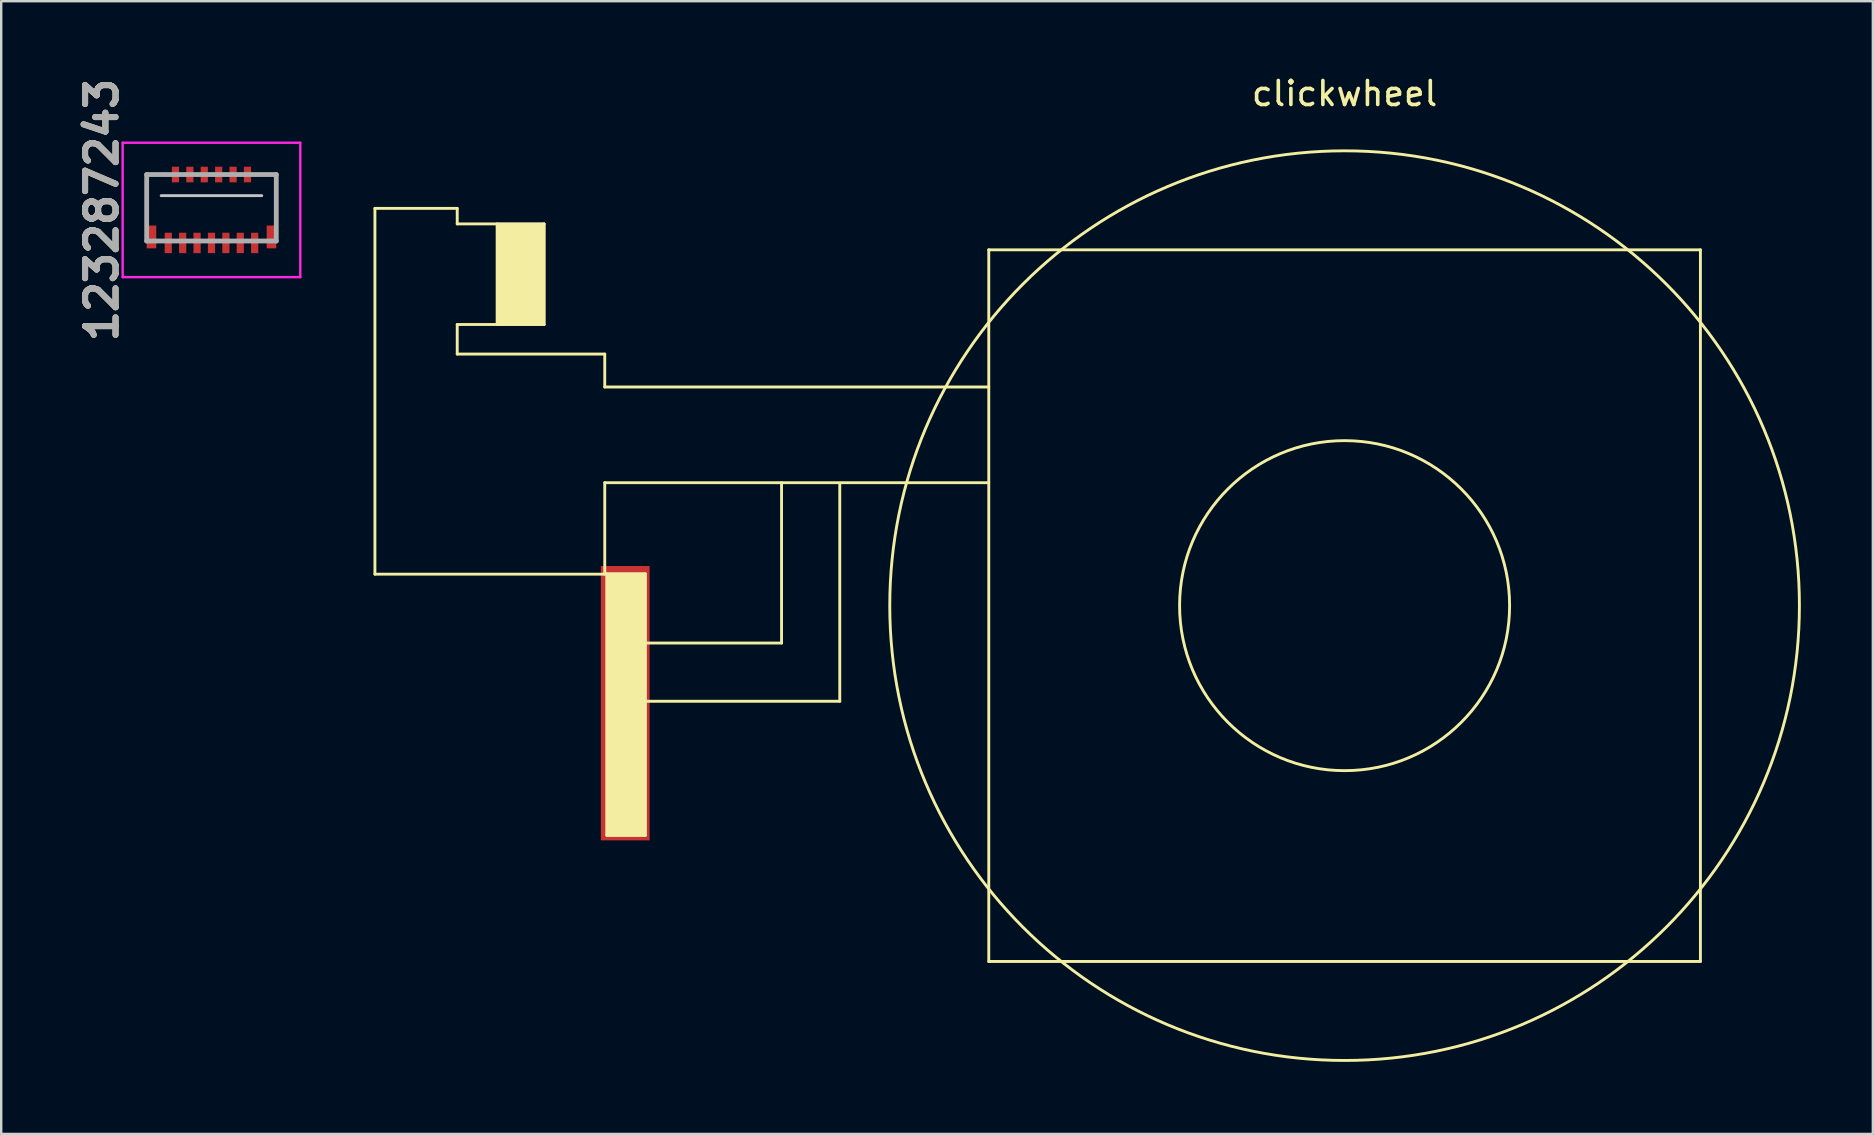
<source format=kicad_pcb>
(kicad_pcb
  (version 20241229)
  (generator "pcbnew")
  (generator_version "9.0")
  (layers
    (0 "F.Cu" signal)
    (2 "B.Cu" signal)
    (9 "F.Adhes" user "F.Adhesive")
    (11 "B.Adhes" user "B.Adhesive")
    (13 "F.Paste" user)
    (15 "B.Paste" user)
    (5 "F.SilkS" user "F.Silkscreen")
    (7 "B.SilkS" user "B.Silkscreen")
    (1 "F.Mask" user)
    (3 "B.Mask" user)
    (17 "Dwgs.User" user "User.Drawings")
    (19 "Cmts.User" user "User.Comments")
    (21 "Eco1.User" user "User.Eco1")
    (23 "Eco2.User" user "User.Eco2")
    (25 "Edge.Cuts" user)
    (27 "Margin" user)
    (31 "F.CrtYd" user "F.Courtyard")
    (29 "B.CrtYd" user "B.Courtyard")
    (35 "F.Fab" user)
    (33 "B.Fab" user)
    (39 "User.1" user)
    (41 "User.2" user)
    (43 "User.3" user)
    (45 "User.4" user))
  (footprint "123287243"
    (layer "F.Cu")
    (at 5.761 5.647)
    (property "Reference" "123287243" (at -4.572 0.05 90) (layer "F.SilkS") (effects (font (size 1.27 1.27) (thickness 0.254))))
    (attr smd)
    (fp_line (start -2.7 -1.425) (end -2.1 -1.425) (stroke (width 0.1) (type solid)) (layer "F.SilkS"))
    (fp_line (start -2.7 0.375) (end -2.7 -1.425) (stroke (width 0.1) (type solid)) (layer "F.SilkS"))
    (fp_line (start 2.1 -1.425) (end 2.7 -1.425) (stroke (width 0.1) (type solid)) (layer "F.SilkS"))
    (fp_line (start 2.7 -1.425) (end 2.7 0.375) (stroke (width 0.1) (type solid)) (layer "F.SilkS"))
    (fp_line (start -2.095 -0.545) (end 2.095 -0.545) (stroke (width 0.12) (type solid)) (layer "Dwgs.User"))
    (fp_line (start -3.7 -2.75) (end 3.7 -2.75) (stroke (width 0.1) (type solid)) (layer "F.CrtYd"))
    (fp_line (start -3.7 2.85) (end -3.7 -2.75) (stroke (width 0.1) (type solid)) (layer "F.CrtYd"))
    (fp_line (start 3.7 -2.75) (end 3.7 2.85) (stroke (width 0.1) (type solid)) (layer "F.CrtYd"))
    (fp_line (start 3.7 2.85) (end -3.7 2.85) (stroke (width 0.1) (type solid)) (layer "F.CrtYd"))
    (fp_line (start -2.7 -1.425) (end 2.7 -1.425) (stroke (width 0.2) (type solid)) (layer "F.Fab"))
    (fp_line (start -2.7 1.345) (end -2.7 -1.425) (stroke (width 0.2) (type solid)) (layer "F.Fab"))
    (fp_line (start 2.7 -1.425) (end 2.7 1.345) (stroke (width 0.2) (type solid)) (layer "F.Fab"))
    (fp_line (start 2.7 1.345) (end -2.7 1.345) (stroke (width 0.2) (type solid)) (layer "F.Fab"))
    (fp_text user "${REFERENCE}" (at -4.572 0.05 90) (layer "F.Fab") (effects (font (size 1.27 1.27) (thickness 0.254))))
    (pad "1" smd rect (at -1.8 1.425) (size 0.3 0.85) (layers "F.Cu" "F.Mask" "F.Paste"))
    (pad "2" smd rect (at -1.5 -1.425) (size 0.3 0.65) (layers "F.Cu" "F.Mask" "F.Paste"))
    (pad "3" smd rect (at -1.2 1.425) (size 0.3 0.85) (layers "F.Cu" "F.Mask" "F.Paste"))
    (pad "4" smd rect (at -0.9 -1.425) (size 0.3 0.65) (layers "F.Cu" "F.Mask" "F.Paste"))
    (pad "5" smd rect (at -0.6 1.425) (size 0.3 0.85) (layers "F.Cu" "F.Mask" "F.Paste"))
    (pad "6" smd rect (at -0.3 -1.425) (size 0.3 0.65) (layers "F.Cu" "F.Mask" "F.Paste"))
    (pad "7" smd rect (at 0 1.425) (size 0.3 0.85) (layers "F.Cu" "F.Mask" "F.Paste"))
    (pad "8" smd rect (at 0.3 -1.425) (size 0.3 0.65) (layers "F.Cu" "F.Mask" "F.Paste"))
    (pad "9" smd rect (at 0.6 1.425) (size 0.3 0.85) (layers "F.Cu" "F.Mask" "F.Paste"))
    (pad "10" smd rect (at 0.9 -1.425) (size 0.3 0.65) (layers "F.Cu" "F.Mask" "F.Paste"))
    (pad "11" smd rect (at 1.2 1.425) (size 0.3 0.85) (layers "F.Cu" "F.Mask" "F.Paste"))
    (pad "12" smd rect (at 1.5 -1.425) (size 0.3 0.65) (layers "F.Cu" "F.Mask" "F.Paste"))
    (pad "13" smd rect (at 1.8 1.425) (size 0.3 0.85) (layers "F.Cu" "F.Mask" "F.Paste"))
    (pad "MP1" smd rect (at -2.5 1.175) (size 0.4 0.95) (layers "F.Cu" "F.Mask" "F.Paste"))
    (pad "MP2" smd rect (at 2.5 1.175) (size 0.4 0.95) (layers "F.Cu" "F.Mask" "F.Paste")))
  (footprint "clickwheel"
    (layer "F.Cu")
    (at 52.972 22.184)
    (property "Reference" "clickwheel" (at 0 -21.336 0) (layer "F.SilkS") (effects (font (size 1 1) (thickness 0.15))))
    (attr through_hole)
    (fp_line (start -40.401 -16.552) (end -40.401 -1.312) (stroke (width 0.12) (type solid)) (layer "F.SilkS"))
    (fp_line (start -40.401 -16.552) (end -36.972 -16.552) (stroke (width 0.12) (type solid)) (layer "F.SilkS"))
    (fp_line (start -40.401 -1.312) (end -30.825 -1.312) (stroke (width 0.12) (type solid)) (layer "F.SilkS"))
    (fp_line (start -36.972 -16.552) (end -36.972 -15.905) (stroke (width 0.12) (type solid)) (layer "F.SilkS"))
    (fp_line (start -36.972 -11.713) (end -36.972 -10.482) (stroke (width 0.12) (type solid)) (layer "F.SilkS"))
    (fp_line (start -36.972 -11.713) (end -33.352 -11.713) (stroke (width 0.12) (type solid)) (layer "F.SilkS"))
    (fp_line (start -35.308 -15.905) (end -35.308 -11.713) (stroke (width 0.12) (type solid)) (layer "F.SilkS"))
    (fp_line (start -33.352 -15.905) (end -36.972 -15.905) (stroke (width 0.12) (type solid)) (layer "F.SilkS"))
    (fp_line (start -33.352 -11.713) (end -33.352 -15.905) (stroke (width 0.12) (type solid)) (layer "F.SilkS"))
    (fp_line (start -30.825 -10.482) (end -36.972 -10.482) (stroke (width 0.12) (type solid)) (layer "F.SilkS"))
    (fp_line (start -30.825 -9.11) (end -30.825 -10.482) (stroke (width 0.12) (type solid)) (layer "F.SilkS"))
    (fp_line (start -30.825 -1.312) (end -30.825 -5.122) (stroke (width 0.12) (type solid)) (layer "F.SilkS"))
    (fp_line (start -30.736 -1.325) (end -30.736 9.572) (stroke (width 0.12) (type solid)) (layer "F.SilkS"))
    (fp_line (start -29.136 -1.325) (end -30.736 -1.325) (stroke (width 0.12) (type solid)) (layer "F.SilkS"))
    (fp_line (start -29.136 -1.325) (end -29.136 9.572) (stroke (width 0.12) (type solid)) (layer "F.SilkS"))
    (fp_line (start -29.136 9.572) (end -30.736 9.572) (stroke (width 0.12) (type solid)) (layer "F.SilkS"))
    (fp_line (start -23.459 -5.122) (end -23.459 1.558) (stroke (width 0.12) (type solid)) (layer "F.SilkS"))
    (fp_line (start -23.459 1.558) (end -29.136 1.558) (stroke (width 0.12) (type solid)) (layer "F.SilkS"))
    (fp_line (start -21.033 -5.08) (end -21.033 3.984) (stroke (width 0.12) (type solid)) (layer "F.SilkS"))
    (fp_line (start -21.033 3.984) (end -29.136 3.984) (stroke (width 0.12) (type solid)) (layer "F.SilkS"))
    (fp_line (start -14.825 -14.825) (end 14.825 -14.825) (stroke (width 0.12) (type solid)) (layer "F.SilkS"))
    (fp_line (start -14.825 -9.11) (end -30.825 -9.11) (stroke (width 0.12) (type solid)) (layer "F.SilkS"))
    (fp_line (start -14.825 -5.122) (end -30.825 -5.122) (stroke (width 0.12) (type solid)) (layer "F.SilkS"))
    (fp_line (start -14.825 14.825) (end -14.825 -14.825) (stroke (width 0.12) (type solid)) (layer "F.SilkS"))
    (fp_line (start 14.825 -14.825) (end 14.825 14.825) (stroke (width 0.12) (type solid)) (layer "F.SilkS"))
    (fp_line (start 14.825 14.825) (end -14.825 14.825) (stroke (width 0.12) (type solid)) (layer "F.SilkS"))
    (fp_circle (center 0 0) (end 6.875 0) (stroke (width 0.12) (type solid)) (fill no) (layer "F.SilkS"))
    (fp_circle (center 0 0) (end 18.95 0) (stroke (width 0.12) (type solid)) (fill no) (layer "F.SilkS"))
    (fp_poly (pts (xy -33.352 -11.713) (xy -35.308 -11.713) (xy -35.308 -15.905) (xy -33.352 -15.905)) (stroke (width 0.1) (type solid)) (fill yes) (layer "F.SilkS"))
    (fp_poly (pts (xy -29.136 -1.325) (xy -29.136 9.572) (xy -30.736 9.572) (xy -30.736 -1.325)) (stroke (width 0.1) (type solid)) (fill yes) (layer "F.SilkS"))
    (pad "1" smd rect (at -29.972 4.064) (size 2.032 11.43) (layers "F.Cu" "F.Mask" "F.Paste")))
  (gr_rect
    (start -3 -3)
    (end 74.982 44.194)
    (stroke (width 0.1) (type default))
    (fill no)
    (layer "Edge.Cuts")))
</source>
